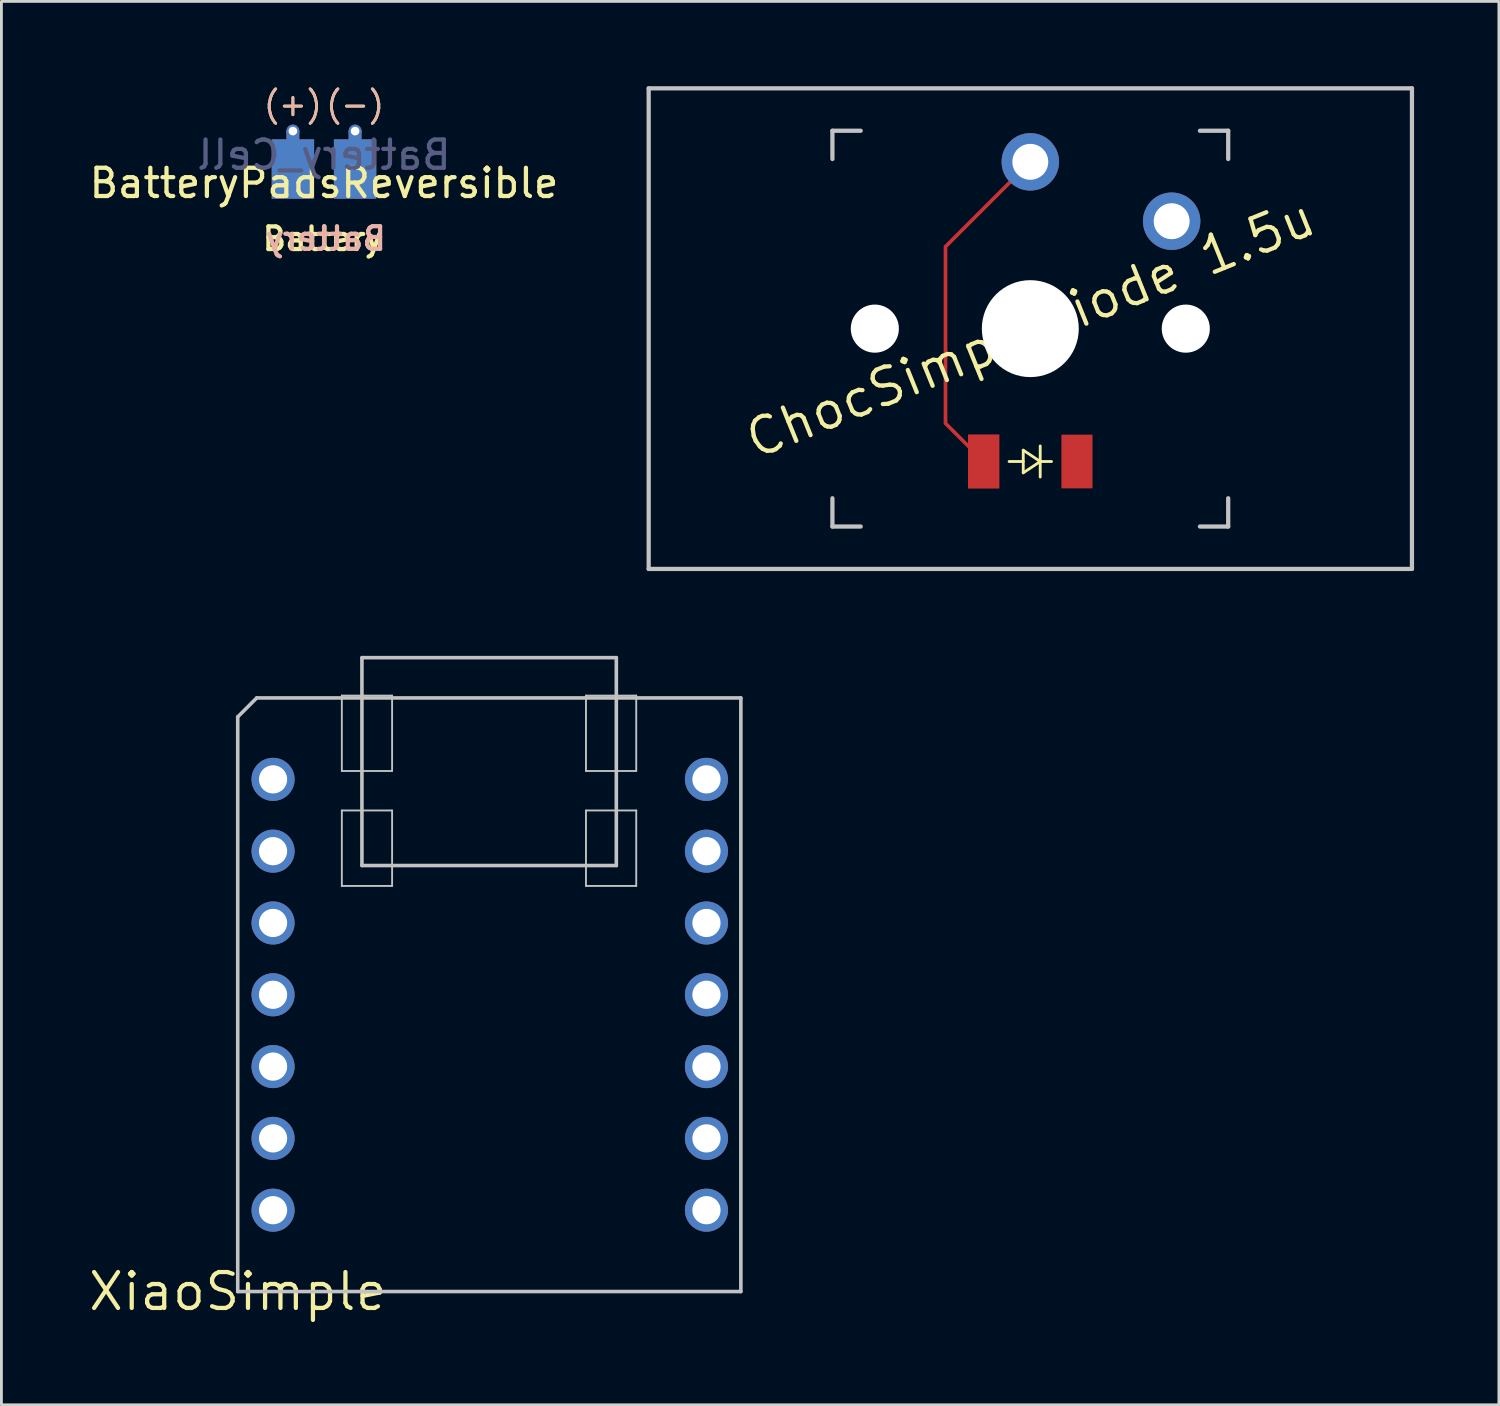
<source format=kicad_pcb>
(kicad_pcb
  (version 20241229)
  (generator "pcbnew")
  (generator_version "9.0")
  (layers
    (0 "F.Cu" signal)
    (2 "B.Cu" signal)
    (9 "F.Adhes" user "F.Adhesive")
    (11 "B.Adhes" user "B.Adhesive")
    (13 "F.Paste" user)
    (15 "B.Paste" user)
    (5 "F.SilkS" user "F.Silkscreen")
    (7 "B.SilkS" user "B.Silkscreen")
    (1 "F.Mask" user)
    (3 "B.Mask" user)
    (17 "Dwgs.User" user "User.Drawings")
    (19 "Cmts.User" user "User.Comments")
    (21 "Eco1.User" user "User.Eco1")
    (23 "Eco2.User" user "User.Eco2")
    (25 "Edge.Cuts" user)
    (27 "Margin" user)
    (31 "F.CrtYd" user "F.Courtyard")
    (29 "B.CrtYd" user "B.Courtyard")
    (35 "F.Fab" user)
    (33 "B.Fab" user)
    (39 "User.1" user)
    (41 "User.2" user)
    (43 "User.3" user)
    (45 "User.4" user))
  (footprint "BatteryPadsReversible"
    (layer "F.Cu")
    (at 8.411 2.929)
    (property "Reference" "BatteryPadsReversible" (at 0 0.5 0) (layer "F.SilkS") (effects (font (size 1 1) (thickness 0.15))))
    (fp_poly (pts (xy -0.401 -1) (xy -0.401 1) (xy -1.801 1) (xy -1.801 -1)) (stroke (width 0.1) (type solid)) (fill yes) (layer "F.Mask"))
    (fp_poly (pts (xy 1.8 -1) (xy 1.8 1) (xy 0.4 1) (xy 0.4 -1)) (stroke (width 0.1) (type solid)) (fill yes) (layer "F.Mask"))
    (fp_poly (pts (xy -1.8 -1) (xy -1.8 1) (xy -0.4 1) (xy -0.4 -1)) (stroke (width 0.1) (type solid)) (fill yes) (layer "B.Mask"))
    (fp_poly (pts (xy 0.4 -1) (xy 0.4 1) (xy 1.8 1) (xy 1.8 -1)) (stroke (width 0.1) (type solid)) (fill yes) (layer "B.Mask"))
    (fp_text user "Battery" (at -0.041 2.468 0) (layer "F.SilkS") (effects (font (size 0.8 0.8) (thickness 0.15))))
    (fp_text user "(+)" (at -1.1 -2.286 0) (layer "F.SilkS") (effects (font (size 0.8 0.8) (thickness 0.1))))
    (fp_text user "(-)" (at 1.1 -2.286 0) (layer "F.SilkS") (effects (font (size 0.8 0.8) (thickness 0.1))))
    (fp_text user "(-)" (at 1.1 -2.286 0) (layer "B.SilkS") (effects (font (size 0.8 0.8) (thickness 0.1)) (justify mirror)))
    (fp_text user "Battery" (at 0.06 2.46 0) (layer "B.SilkS") (effects (font (size 0.8 0.8) (thickness 0.15)) (justify mirror)))
    (fp_text user "(+)" (at -1.1 -2.286 0) (layer "B.SilkS") (effects (font (size 0.8 0.8) (thickness 0.1)) (justify mirror)))
    (fp_text user "Battery_Cell" (at 0 -0.5 0) (layer "B.Fab") (effects (font (size 1 1) (thickness 0.15)) (justify mirror)))
    (pad "1" thru_hole circle (at -1.1 -1.342) (size 0.457 0.457) (drill 0.305) (layers "*.Cu"))
    (pad "1" smd custom (at -1.1 0 180) (size 1.5 2.1) (layers "F.Cu") (options (anchor rect)) (primitives (gr_poly (pts (xy 0.179 1.335) (xy -0.177 1.335) (xy -0.177 0.762) (xy 0.179 0.762)) (width 0.1) (fill yes))))
    (pad "1" smd custom (at -1.1 0) (size 1.5 2.1) (layers "B.Cu") (options (anchor rect)) (primitives (gr_poly (pts (xy 0.177 -0.762) (xy -0.179 -0.762) (xy -0.179 -1.335) (xy 0.177 -1.335)) (width 0.1) (fill yes))))
    (pad "2" thru_hole circle (at 1.1 -1.342) (size 0.457 0.457) (drill 0.305) (layers "*.Cu"))
    (pad "2" smd custom (at 1.1 0 180) (size 1.5 2.1) (layers "F.Cu") (options (anchor rect)) (primitives (gr_poly (pts (xy 0.179 1.335) (xy -0.177 1.335) (xy -0.177 0.762) (xy 0.179 0.762)) (width 0.1) (fill yes))))
    (pad "2" smd custom (at 1.1 0) (size 1.5 2.1) (layers "B.Cu") (options (anchor rect)) (primitives (gr_poly (pts (xy 0.177 -0.762) (xy -0.179 -0.762) (xy -0.179 -1.335) (xy 0.177 -1.335)) (width 0.1) (fill yes)))))
  (footprint "XiaoSimple"
    (layer "F.Cu")
    (at 5.359 42.637)
    (property "Reference" "XiaoSimple" (at 0 0 0) (layer "F.SilkS") (effects (font (size 1.27 1.27) (thickness 0.15))))
    (attr smd)
    (fp_line (start 0 -20.328) (end 0 0) (stroke (width 0.127) (type solid)) (layer "Dwgs.User"))
    (fp_line (start 0 0) (end 17.798 0) (stroke (width 0.127) (type solid)) (layer "Dwgs.User"))
    (fp_line (start 0.671 -20.998) (end 0 -20.328) (stroke (width 0.127) (type solid)) (layer "Dwgs.User"))
    (fp_line (start 3.683 -21.082) (end 5.461 -21.082) (stroke (width 0.066) (type solid)) (layer "Dwgs.User"))
    (fp_line (start 3.683 -18.415) (end 3.683 -21.082) (stroke (width 0.066) (type solid)) (layer "Dwgs.User"))
    (fp_line (start 3.683 -18.415) (end 5.461 -18.415) (stroke (width 0.066) (type solid)) (layer "Dwgs.User"))
    (fp_line (start 3.683 -17.018) (end 5.461 -17.018) (stroke (width 0.066) (type solid)) (layer "Dwgs.User"))
    (fp_line (start 3.683 -14.348) (end 3.683 -17.018) (stroke (width 0.066) (type solid)) (layer "Dwgs.User"))
    (fp_line (start 3.683 -14.348) (end 5.461 -14.348) (stroke (width 0.066) (type solid)) (layer "Dwgs.User"))
    (fp_line (start 4.394 -15.07) (end 4.394 -22.423) (stroke (width 0.127) (type solid)) (layer "Dwgs.User"))
    (fp_line (start 4.399 -22.423) (end 13.393 -22.423) (stroke (width 0.127) (type solid)) (layer "Dwgs.User"))
    (fp_line (start 5.461 -18.415) (end 5.461 -21.082) (stroke (width 0.066) (type solid)) (layer "Dwgs.User"))
    (fp_line (start 5.461 -14.348) (end 5.461 -17.018) (stroke (width 0.066) (type solid)) (layer "Dwgs.User"))
    (fp_line (start 12.319 -21.082) (end 14.097 -21.082) (stroke (width 0.066) (type solid)) (layer "Dwgs.User"))
    (fp_line (start 12.319 -18.415) (end 12.319 -21.082) (stroke (width 0.066) (type solid)) (layer "Dwgs.User"))
    (fp_line (start 12.319 -18.415) (end 14.097 -18.415) (stroke (width 0.066) (type solid)) (layer "Dwgs.User"))
    (fp_line (start 12.319 -17.018) (end 14.097 -17.018) (stroke (width 0.066) (type solid)) (layer "Dwgs.User"))
    (fp_line (start 12.319 -14.348) (end 12.319 -17.018) (stroke (width 0.066) (type solid)) (layer "Dwgs.User"))
    (fp_line (start 12.319 -14.348) (end 14.097 -14.348) (stroke (width 0.066) (type solid)) (layer "Dwgs.User"))
    (fp_line (start 13.393 -22.423) (end 13.393 -15.07) (stroke (width 0.127) (type solid)) (layer "Dwgs.User"))
    (fp_line (start 13.393 -15.07) (end 4.394 -15.07) (stroke (width 0.127) (type solid)) (layer "Dwgs.User"))
    (fp_line (start 14.097 -18.415) (end 14.097 -21.082) (stroke (width 0.066) (type solid)) (layer "Dwgs.User"))
    (fp_line (start 14.097 -14.348) (end 14.097 -17.018) (stroke (width 0.066) (type solid)) (layer "Dwgs.User"))
    (fp_line (start 17.798 -20.998) (end 0.671 -20.998) (stroke (width 0.127) (type solid)) (layer "Dwgs.User"))
    (fp_line (start 17.798 0) (end 17.798 -20.998) (stroke (width 0.127) (type solid)) (layer "Dwgs.User"))
    (pad "1" thru_hole circle (at 1.25 -18.118) (size 1.524 1.524) (drill 1) (layers "*.Cu" "*.Mask"))
    (pad "2" thru_hole circle (at 1.25 -15.578) (size 1.524 1.524) (drill 1) (layers "*.Cu" "*.Mask"))
    (pad "3" thru_hole circle (at 1.25 -13.038) (size 1.524 1.524) (drill 1) (layers "*.Cu" "*.Mask"))
    (pad "4" thru_hole circle (at 1.25 -10.498) (size 1.524 1.524) (drill 1) (layers "*.Cu" "*.Mask"))
    (pad "5" thru_hole circle (at 1.25 -7.958) (size 1.524 1.524) (drill 1) (layers "*.Cu" "*.Mask"))
    (pad "6" thru_hole circle (at 1.25 -5.418) (size 1.524 1.524) (drill 1) (layers "*.Cu" "*.Mask"))
    (pad "7" thru_hole circle (at 1.25 -2.878) (size 1.524 1.524) (drill 1) (layers "*.Cu" "*.Mask"))
    (pad "8" thru_hole circle (at 16.581 -2.878) (size 1.524 1.524) (drill 1) (layers "*.Cu" "*.Mask"))
    (pad "9" thru_hole circle (at 16.581 -5.418) (size 1.524 1.524) (drill 1) (layers "*.Cu" "*.Mask"))
    (pad "10" thru_hole circle (at 16.581 -7.958) (size 1.524 1.524) (drill 1) (layers "*.Cu" "*.Mask"))
    (pad "11" thru_hole circle (at 16.581 -10.498) (size 1.524 1.524) (drill 1) (layers "*.Cu" "*.Mask"))
    (pad "12" thru_hole circle (at 16.581 -13.038) (size 1.524 1.524) (drill 1) (layers "*.Cu" "*.Mask"))
    (pad "13" thru_hole circle (at 16.581 -15.578) (size 1.524 1.524) (drill 1) (layers "*.Cu" "*.Mask"))
    (pad "14" thru_hole circle (at 16.581 -18.118) (size 1.524 1.524) (drill 1) (layers "*.Cu" "*.Mask"))
    (zone (net_name "") (layers "F.Cu" "B.Cu") (hatch edge 0.508) (connect_pads) (min_thickness 0.254) (filled_areas_thickness no) (keepout (tracks allowed) (vias allowed) (pads allowed) (copperpour not_allowed) (footprints allowed)) (placement (enabled no)) (fill) (polygon (pts (xy 23.159 42.637) (xy 5.359 42.637) (xy 5.359 21.637) (xy 23.159 21.637)))))
  (footprint "ChocSimpleDiode 1.5u"
    (layer "F.Cu")
    (at 33.396 8.575)
    (property "Reference" "ChocSimpleDiode 1.5u" (at 0 0 202) (layer "F.SilkS") (effects (font (size 1.27 1.27) (thickness 0.15))))
    (attr through_hole)
    (fp_line (start -0.25 4.3) (end 0.35 4.7) (stroke (width 0.1) (type solid)) (layer "F.SilkS"))
    (fp_line (start -0.25 5.1) (end -0.25 4.3) (stroke (width 0.1) (type solid)) (layer "F.SilkS"))
    (fp_line (start -0.25 4.7) (end -0.75 4.7) (stroke (width 0.1) (type solid)) (layer "F.SilkS"))
    (fp_line (start 0.35 4.7) (end -0.25 5.1) (stroke (width 0.1) (type solid)) (layer "F.SilkS"))
    (fp_line (start 0.35 4.7) (end 0.35 4.15) (stroke (width 0.1) (type solid)) (layer "F.SilkS"))
    (fp_line (start 0.35 4.7) (end 0.35 5.25) (stroke (width 0.1) (type solid)) (layer "F.SilkS"))
    (fp_line (start 0.75 4.7) (end 0.35 4.7) (stroke (width 0.1) (type solid)) (layer "F.SilkS"))
    (fp_line (start -13.5 8.5) (end -13.5 -8.5) (stroke (width 0.15) (type solid)) (layer "Dwgs.User"))
    (fp_line (start -13.5 -8.5) (end 13.5 -8.5) (stroke (width 0.15) (type solid)) (layer "Dwgs.User"))
    (fp_line (start -7 7) (end -7 6) (stroke (width 0.15) (type solid)) (layer "Dwgs.User"))
    (fp_line (start -7 7) (end -6 7) (stroke (width 0.15) (type solid)) (layer "Dwgs.User"))
    (fp_line (start -7 -6) (end -7 -7) (stroke (width 0.15) (type solid)) (layer "Dwgs.User"))
    (fp_line (start -6 -7) (end -7 -7) (stroke (width 0.15) (type solid)) (layer "Dwgs.User"))
    (fp_line (start 6 7) (end 7 7) (stroke (width 0.15) (type solid)) (layer "Dwgs.User"))
    (fp_line (start 7 6) (end 7 7) (stroke (width 0.15) (type solid)) (layer "Dwgs.User"))
    (fp_line (start 7 -7) (end 6 -7) (stroke (width 0.15) (type solid)) (layer "Dwgs.User"))
    (fp_line (start 7 -7) (end 7 -6) (stroke (width 0.15) (type solid)) (layer "Dwgs.User"))
    (fp_line (start 13.5 8.5) (end -13.5 8.5) (stroke (width 0.15) (type solid)) (layer "Dwgs.User"))
    (fp_line (start 13.5 -8.5) (end 13.5 8.5) (stroke (width 0.15) (type solid)) (layer "Dwgs.User"))
    (pad "" np_thru_hole circle (at -5.5 -0.000008 22) (size 1.702 1.702) (drill 1.702) (layers "*.Cu" "*.Mask"))
    (pad "" smd rect (at -1.65 4.7 180) (size 1.1 1.9) (layers "F.Cu" "F.Mask" "F.Paste"))
    (pad "" smd custom (at -1.65 4.7 180) (size 1.1 1.9) (layers "F.Cu") (options (anchor rect)) (primitives (gr_line (start 0 0) (end 1.35 1.35) (width 0.13)) (gr_line (start 1.35 1.35) (end 1.35 7.6) (width 0.13)) (gr_line (start 1.35 7.6) (end -1.65 10.6) (width 0.13))))
    (pad "" np_thru_hole circle (at 0 0 22) (size 3.429 3.429) (drill 3.429) (layers "*.Cu" "*.Mask"))
    (pad "" thru_hole circle (at 0.000023 -5.9 22) (size 2.032 2.032) (drill 1.27) (layers "*.Cu" "*.Mask"))
    (pad "" np_thru_hole circle (at 5.5 0.000008 22) (size 1.702 1.702) (drill 1.702) (layers "*.Cu" "*.Mask"))
    (pad "1" thru_hole circle (at 5 -3.8 22) (size 2.032 2.032) (drill 1.27) (layers "*.Cu" "*.Mask"))
    (pad "2" smd rect (at 1.65 4.7 180) (size 1.1 1.9) (layers "F.Cu" "F.Mask" "F.Paste")))
  (gr_rect
    (start -3 -3)
    (end 49.971 46.643)
    (stroke (width 0.1) (type default))
    (fill no)
    (layer "Edge.Cuts")))
</source>
